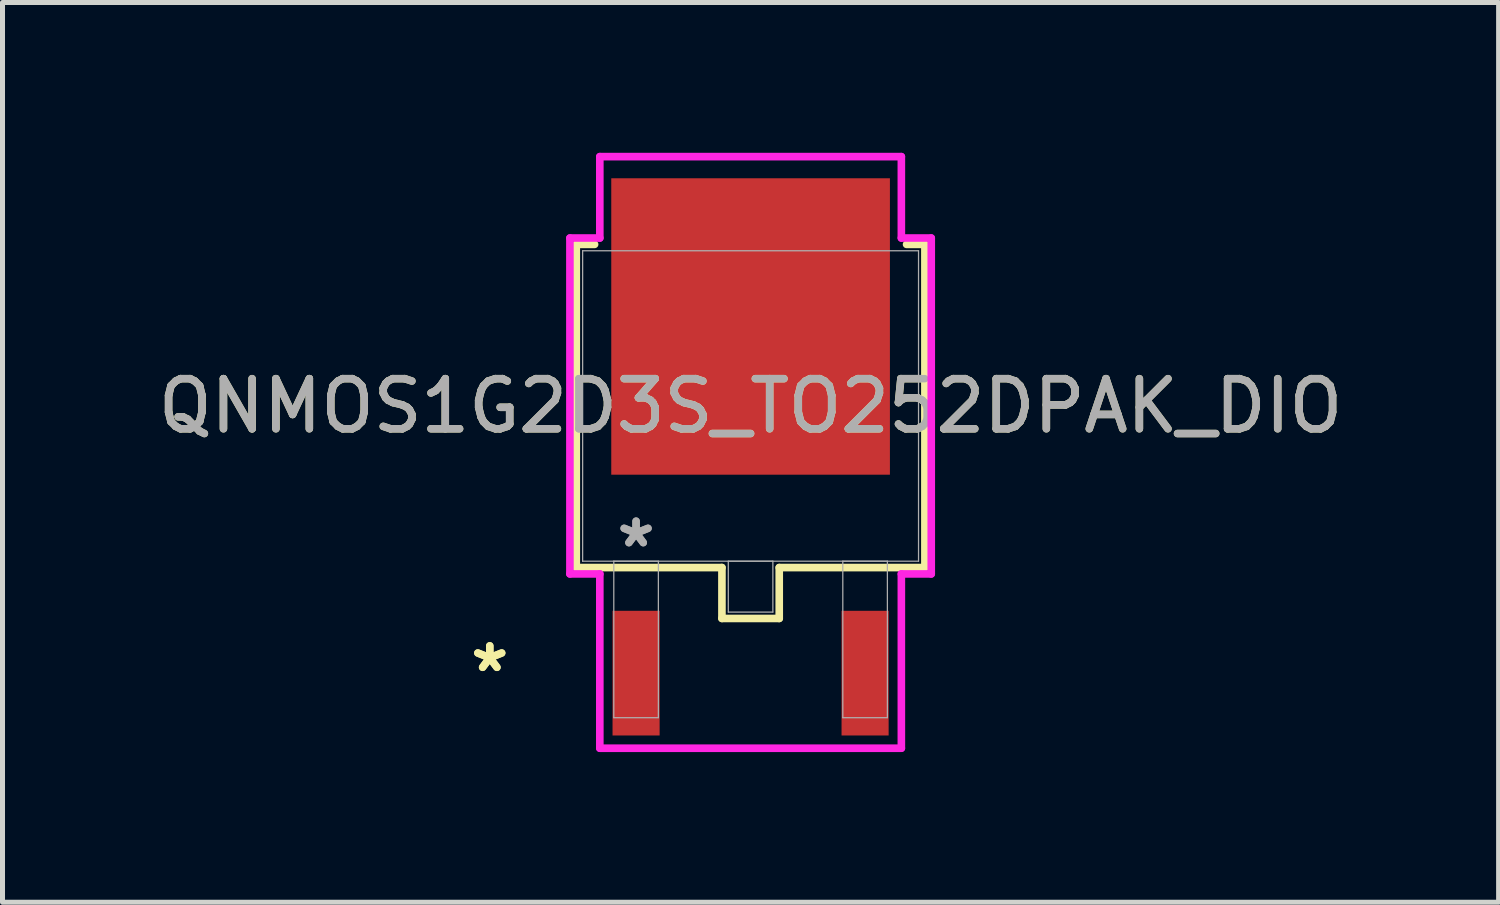
<source format=kicad_pcb>
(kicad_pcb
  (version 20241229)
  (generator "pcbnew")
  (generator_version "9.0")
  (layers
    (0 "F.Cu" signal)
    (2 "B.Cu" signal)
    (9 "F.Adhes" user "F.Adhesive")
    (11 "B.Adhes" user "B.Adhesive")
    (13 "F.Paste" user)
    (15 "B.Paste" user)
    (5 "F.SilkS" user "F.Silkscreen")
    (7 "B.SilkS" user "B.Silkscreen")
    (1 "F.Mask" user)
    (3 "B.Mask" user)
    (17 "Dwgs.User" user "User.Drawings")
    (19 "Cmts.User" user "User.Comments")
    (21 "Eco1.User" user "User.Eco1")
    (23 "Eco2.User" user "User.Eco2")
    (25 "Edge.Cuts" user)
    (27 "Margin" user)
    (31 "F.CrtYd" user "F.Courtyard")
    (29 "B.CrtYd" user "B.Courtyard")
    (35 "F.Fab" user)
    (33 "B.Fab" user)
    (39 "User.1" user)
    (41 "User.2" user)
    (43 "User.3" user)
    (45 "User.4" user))
  (footprint "QNMOS1G2D3S_TO252DPAK_DIO"
    (layer "F.Cu")
    (at 11.935 5.055)
    (property "Reference" "QNMOS1G2D3S_TO252DPAK_DIO" (at 0 0 0) (unlocked yes) (layer "F.SilkS") (effects (font (size 1 1) (thickness 0.15))))
    (attr smd)
    (fp_line (start -3.48 -3.226) (end -3.48 3.226) (stroke (width 0.152) (type solid)) (layer "F.SilkS"))
    (fp_line (start -3.48 3.226) (end -0.572 3.226) (stroke (width 0.152) (type solid)) (layer "F.SilkS"))
    (fp_line (start -3.114 -3.226) (end -3.48 -3.226) (stroke (width 0.152) (type solid)) (layer "F.SilkS"))
    (fp_line (start -0.572 3.226) (end -0.572 4.242) (stroke (width 0.152) (type solid)) (layer "F.SilkS"))
    (fp_line (start -0.572 4.242) (end 0.572 4.242) (stroke (width 0.152) (type solid)) (layer "F.SilkS"))
    (fp_line (start 0.572 3.226) (end 3.48 3.226) (stroke (width 0.152) (type solid)) (layer "F.SilkS"))
    (fp_line (start 0.572 4.242) (end 0.572 3.226) (stroke (width 0.152) (type solid)) (layer "F.SilkS"))
    (fp_line (start 3.48 -3.226) (end 3.114 -3.226) (stroke (width 0.152) (type solid)) (layer "F.SilkS"))
    (fp_line (start 3.48 3.226) (end 3.48 -3.226) (stroke (width 0.152) (type solid)) (layer "F.SilkS"))
    (fp_line (start -3.607 -3.353) (end -3.01 -3.353) (stroke (width 0.152) (type solid)) (layer "F.CrtYd"))
    (fp_line (start -3.607 3.353) (end -3.607 -3.353) (stroke (width 0.152) (type solid)) (layer "F.CrtYd"))
    (fp_line (start -3.01 -4.978) (end 3.01 -4.978) (stroke (width 0.152) (type solid)) (layer "F.CrtYd"))
    (fp_line (start -3.01 -3.353) (end -3.01 -4.978) (stroke (width 0.152) (type solid)) (layer "F.CrtYd"))
    (fp_line (start -3.01 3.353) (end -3.607 3.353) (stroke (width 0.152) (type solid)) (layer "F.CrtYd"))
    (fp_line (start -3.01 6.833) (end -3.01 3.353) (stroke (width 0.152) (type solid)) (layer "F.CrtYd"))
    (fp_line (start 3.01 -4.978) (end 3.01 -3.353) (stroke (width 0.152) (type solid)) (layer "F.CrtYd"))
    (fp_line (start 3.01 -3.353) (end 3.607 -3.353) (stroke (width 0.152) (type solid)) (layer "F.CrtYd"))
    (fp_line (start 3.01 3.353) (end 3.01 6.833) (stroke (width 0.152) (type solid)) (layer "F.CrtYd"))
    (fp_line (start 3.01 6.833) (end -3.01 6.833) (stroke (width 0.152) (type solid)) (layer "F.CrtYd"))
    (fp_line (start 3.607 -3.353) (end 3.607 3.353) (stroke (width 0.152) (type solid)) (layer "F.CrtYd"))
    (fp_line (start 3.607 3.353) (end 3.01 3.353) (stroke (width 0.152) (type solid)) (layer "F.CrtYd"))
    (fp_line (start -3.353 -3.099) (end -3.353 3.099) (stroke (width 0.025) (type solid)) (layer "F.Fab"))
    (fp_line (start -3.353 3.099) (end 3.353 3.099) (stroke (width 0.025) (type solid)) (layer "F.Fab"))
    (fp_line (start -2.731 3.099) (end -2.731 6.223) (stroke (width 0.025) (type solid)) (layer "F.Fab"))
    (fp_line (start -2.731 6.223) (end -1.841 6.223) (stroke (width 0.025) (type solid)) (layer "F.Fab"))
    (fp_line (start -1.841 3.099) (end -2.731 3.099) (stroke (width 0.025) (type solid)) (layer "F.Fab"))
    (fp_line (start -1.841 6.223) (end -1.841 3.099) (stroke (width 0.025) (type solid)) (layer "F.Fab"))
    (fp_line (start -0.445 3.099) (end -0.445 4.115) (stroke (width 0.025) (type solid)) (layer "F.Fab"))
    (fp_line (start -0.445 4.115) (end 0.445 4.115) (stroke (width 0.025) (type solid)) (layer "F.Fab"))
    (fp_line (start 0.445 3.099) (end -0.445 3.099) (stroke (width 0.025) (type solid)) (layer "F.Fab"))
    (fp_line (start 0.445 4.115) (end 0.445 3.099) (stroke (width 0.025) (type solid)) (layer "F.Fab"))
    (fp_line (start 1.841 3.099) (end 1.841 6.223) (stroke (width 0.025) (type solid)) (layer "F.Fab"))
    (fp_line (start 1.841 6.223) (end 2.731 6.223) (stroke (width 0.025) (type solid)) (layer "F.Fab"))
    (fp_line (start 2.731 3.099) (end 1.841 3.099) (stroke (width 0.025) (type solid)) (layer "F.Fab"))
    (fp_line (start 2.731 6.223) (end 2.731 3.099) (stroke (width 0.025) (type solid)) (layer "F.Fab"))
    (fp_line (start 3.353 -3.099) (end -3.353 -3.099) (stroke (width 0.025) (type solid)) (layer "F.Fab"))
    (fp_line (start 3.353 3.099) (end 3.353 -3.099) (stroke (width 0.025) (type solid)) (layer "F.Fab"))
    (fp_text user "*" (at -5.207 5.334 0) (unlocked yes) (layer "F.SilkS") (effects (font (size 1 1) (thickness 0.15))))
    (fp_text user "*" (at -5.207 5.334 0) (layer "F.SilkS") (effects (font (size 1 1) (thickness 0.15))))
    (fp_text user "${REFERENCE}" (at 0 0 0) (unlocked yes) (layer "F.Fab") (effects (font (size 1 1) (thickness 0.15))))
    (fp_text user "*" (at -2.286 2.845 0) (layer "F.Fab") (effects (font (size 1 1) (thickness 0.15))))
    (fp_text user "*" (at -2.286 2.845 0) (unlocked yes) (layer "F.Fab") (effects (font (size 1 1) (thickness 0.15))))
    (pad "1" smd rect (at -2.286 5.334) (size 0.94 2.489) (layers "F.Cu" "F.Mask" "F.Paste"))
    (pad "2" smd rect (at 0 -1.587) (size 5.563 5.918) (layers "F.Cu" "F.Mask" "F.Paste"))
    (pad "3" smd rect (at 2.286 5.334) (size 0.94 2.489) (layers "F.Cu" "F.Mask" "F.Paste")))
  (gr_rect
    (start -3 -3)
    (end 26.869 14.963)
    (stroke (width 0.1) (type default))
    (fill no)
    (layer "Edge.Cuts")))
</source>
